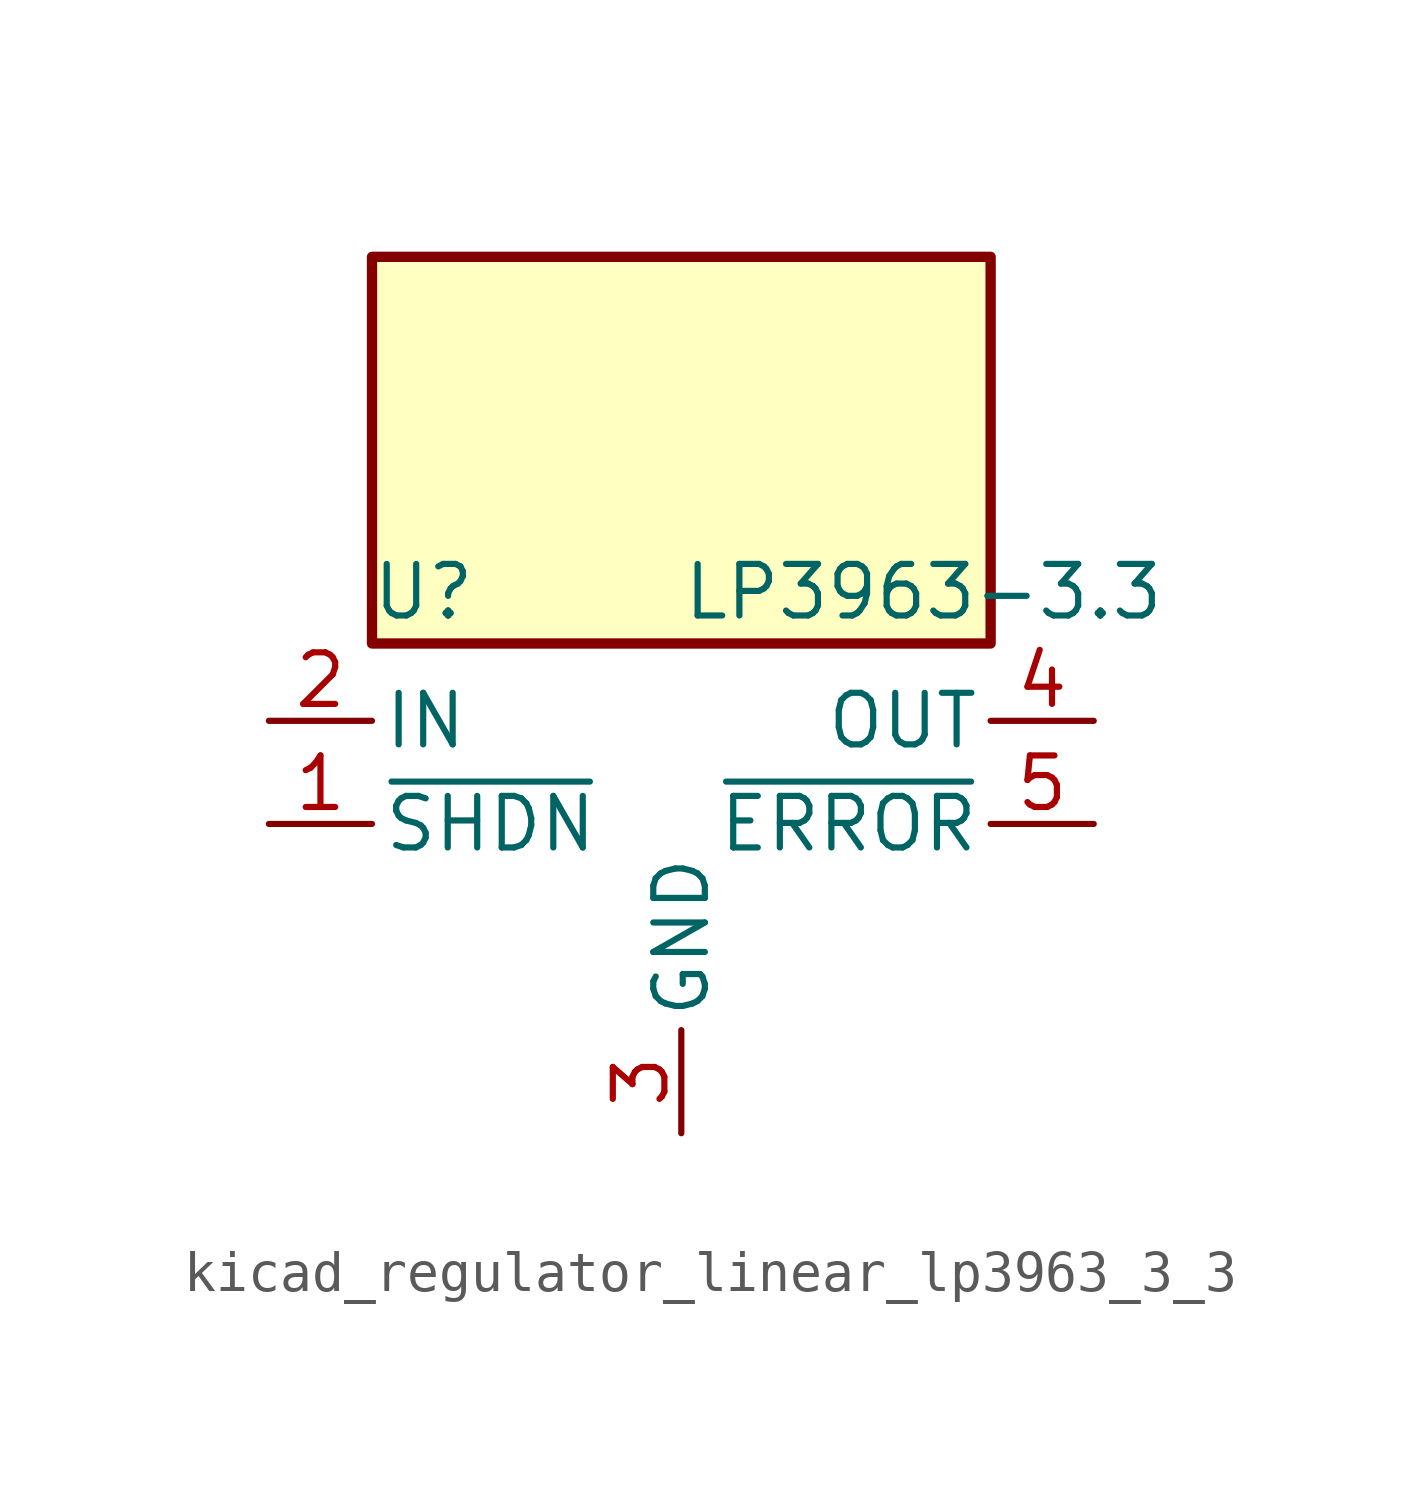
<source format=kicad_sym>
(kicad_symbol_lib
  (version 20220914)
  (generator kicad_symbol_editor)
  (symbol "kicad_regulator_linear_lp3963_3_3"
    (pin_names
      (offset 0.254))
    (property "Reference" "U"
      (at -6.35 5.715 0)
      (effects (font (size 1.27 1.27))))
    (property "Value" "LP3963-3.3"
      (at 0 5.715 0)
      (effects (font (size 1.27 1.27)) (justify left)))
    (symbol "kicad_regulator_linear_lp3963_3_3_0_1"
      (rectangle (start 7.62 13.97) (end -7.62 4.445) (stroke (width 0.254) (type default)) (fill (type background))))
    (symbol "kicad_regulator_linear_lp3963_3_3_1_1"
      (pin input line (at -10.16 0 0) (length 2.54) (name "~{SHDN}" (effects (font (size 1.27 1.27)))) (number "1" (effects (font (size 1.27 1.27)))))
      (pin power_in line (at -10.16 2.54 0) (length 2.54) (name "IN" (effects (font (size 1.27 1.27)))) (number "2" (effects (font (size 1.27 1.27)))))
      (pin power_in line (at 0 -7.62 90) (length 2.54) (name "GND" (effects (font (size 1.27 1.27)))) (number "3" (effects (font (size 1.27 1.27)))))
      (pin power_out line (at 10.16 2.54 180) (length 2.54) (name "OUT" (effects (font (size 1.27 1.27)))) (number "4" (effects (font (size 1.27 1.27)))))
      (pin output line (at 10.16 0 180) (length 2.54) (name "~{ERROR}" (effects (font (size 1.27 1.27)))) (number "5" (effects (font (size 1.27 1.27))))))))
</source>
